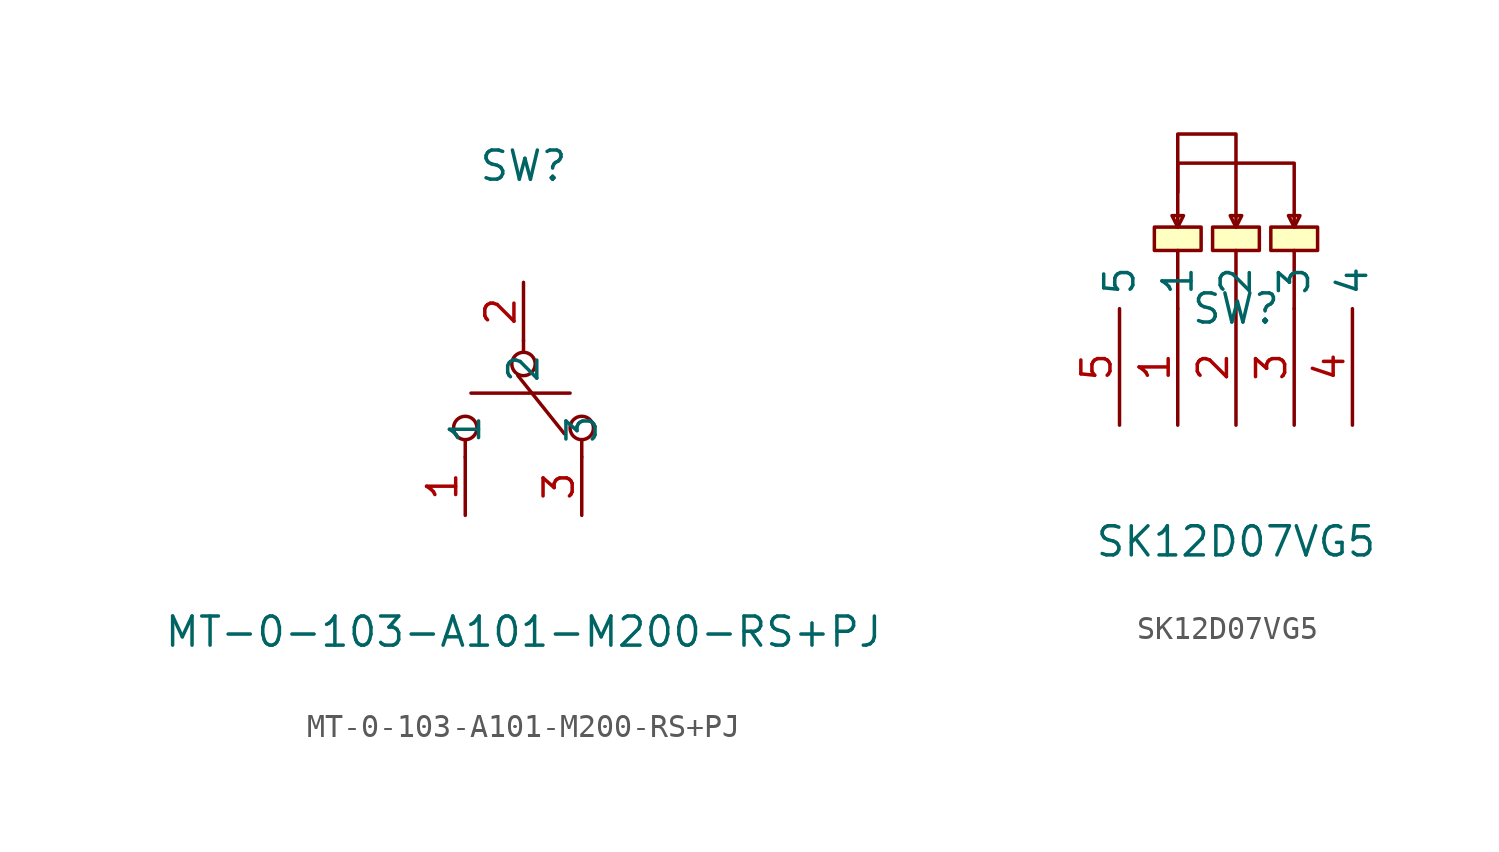
<source format=kicad_sym>
(kicad_symbol_lib
  (version 20211014)
  (generator https://github.com/uPesy/easyeda2kicad.py)
  (symbol "MT-0-103-A101-M200-RS+PJ"
    (property "Reference" "SW"
      (at 0 10.16 0)
      (effects (font (size 1.27 1.27))))
    (property "Value" "MT-0-103-A101-M200-RS+PJ"
      (at 0 -10.16 0)
      (effects (font (size 1.27 1.27))))
    (symbol "MT-0-103-A101-M200-RS+PJ_0_1"
      (circle (center 0.00 1.52) (radius 0.51) (stroke (width 0) (type default) (color 0 0 0 0)) (fill (type none)))
      (circle (center -2.54 -1.27) (radius 0.51) (stroke (width 0) (type default) (color 0 0 0 0)) (fill (type none)))
      (circle (center 2.54 -1.27) (radius 0.51) (stroke (width 0) (type default) (color 0 0 0 0)) (fill (type none)))
      (polyline (pts (xy 0.00 2.03) (xy 0.00 2.54)) (stroke (width 0) (type default) (color 0 0 0 0)) (fill (type none)))
      (polyline (pts (xy -2.54 -1.78) (xy -2.54 -2.54)) (stroke (width 0) (type default) (color 0 0 0 0)) (fill (type none)))
      (polyline (pts (xy 2.54 -1.78) (xy 2.54 -2.54)) (stroke (width 0) (type default) (color 0 0 0 0)) (fill (type none)))
      (polyline (pts (xy -0.25 1.02) (xy 1.78 -1.52)) (stroke (width 0) (type default) (color 0 0 0 0)) (fill (type none)))
      (polyline (pts (xy -2.29 0.25) (xy 2.03 0.25)) (stroke (width 0) (type default) (color 0 0 0 0)) (fill (type none)))
      (pin unspecified line (at -2.54 -5.08 90) (length 2.54) (name "1" (effects (font (size 1.27 1.27)))) (number "1" (effects (font (size 1.27 1.27)))))
      (pin unspecified line (at 0.00 5.08 270) (length 2.54) (name "2" (effects (font (size 1.27 1.27)))) (number "2" (effects (font (size 1.27 1.27)))))
      (pin unspecified line (at 2.54 -5.08 90) (length 2.54) (name "3" (effects (font (size 1.27 1.27)))) (number "3" (effects (font (size 1.27 1.27)))))))
  (symbol "SK12D07VG5"
    (property "Reference" "SW"
      (at 0 0.00 0)
      (effects (font (size 1.27 1.27))))
    (property "Value" "SK12D07VG5"
      (at 0 -10.16 0)
      (effects (font (size 1.27 1.27))))
    (symbol "SK12D07VG5_0_1"
      (rectangle (start 1.52 3.56) (end 3.56 2.54) (stroke (width 0) (type default) (color 0 0 0 0)) (fill (type background)))
      (rectangle (start -1.02 3.56) (end 1.02 2.54) (stroke (width 0) (type default) (color 0 0 0 0)) (fill (type background)))
      (rectangle (start -3.56 3.56) (end -1.52 2.54) (stroke (width 0) (type default) (color 0 0 0 0)) (fill (type background)))
      (polyline (pts (xy 0.00 -0.00) (xy 0.00 2.54)) (stroke (width 0) (type default) (color 0 0 0 0)) (fill (type none)))
      (polyline (pts (xy -2.54 -0.00) (xy -2.54 2.54)) (stroke (width 0) (type default) (color 0 0 0 0)) (fill (type none)))
      (polyline (pts (xy -2.29 4.06) (xy -2.79 4.06) (xy -2.54 3.56) (xy -2.29 4.06)) (stroke (width 0) (type default) (color 0 0 0 0)) (fill (type background)))
      (polyline (pts (xy 0.25 4.06) (xy -0.25 4.06) (xy 0.00 3.56) (xy 0.25 4.06)) (stroke (width 0) (type default) (color 0 0 0 0)) (fill (type background)))
      (polyline (pts (xy 2.79 4.06) (xy 2.29 4.06) (xy 2.54 3.56) (xy 2.79 4.06)) (stroke (width 0) (type default) (color 0 0 0 0)) (fill (type background)))
      (polyline (pts (xy 2.54 -0.00) (xy 2.54 2.54)) (stroke (width 0) (type default) (color 0 0 0 0)) (fill (type none)))
      (polyline (pts (xy -2.54 5.08) (xy -2.54 7.62) (xy 0.00 7.62) (xy 0.00 3.56)) (stroke (width 0) (type default) (color 0 0 0 0)) (fill (type none)))
      (polyline (pts (xy -2.54 3.56) (xy -2.54 6.35) (xy 2.54 6.35) (xy 2.54 3.56)) (stroke (width 0) (type default) (color 0 0 0 0)) (fill (type none)))
      (pin unspecified line (at -5.08 -5.08 90) (length 5.08) (name "5" (effects (font (size 1.27 1.27)))) (number "5" (effects (font (size 1.27 1.27)))))
      (pin unspecified line (at 5.08 -5.08 90) (length 5.08) (name "4" (effects (font (size 1.27 1.27)))) (number "4" (effects (font (size 1.27 1.27)))))
      (pin unspecified line (at -2.54 -5.08 90) (length 5.08) (name "1" (effects (font (size 1.27 1.27)))) (number "1" (effects (font (size 1.27 1.27)))))
      (pin unspecified line (at 0.00 -5.08 90) (length 5.08) (name "2" (effects (font (size 1.27 1.27)))) (number "2" (effects (font (size 1.27 1.27)))))
      (pin unspecified line (at 2.54 -5.08 90) (length 5.08) (name "3" (effects (font (size 1.27 1.27)))) (number "3" (effects (font (size 1.27 1.27))))))))
</source>
